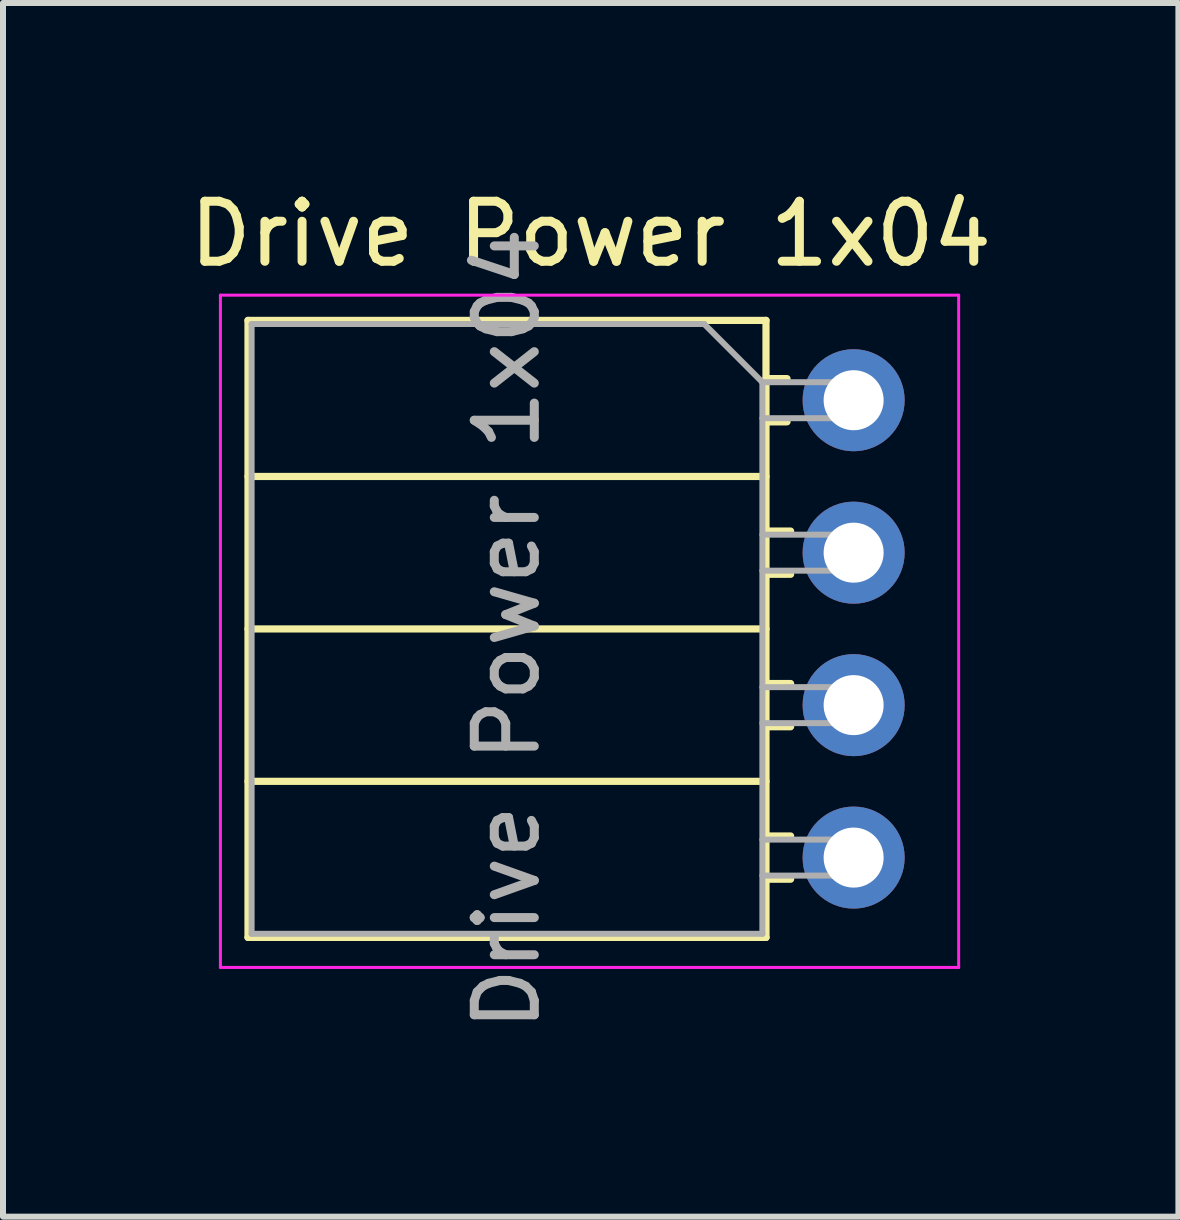
<source format=kicad_pcb>
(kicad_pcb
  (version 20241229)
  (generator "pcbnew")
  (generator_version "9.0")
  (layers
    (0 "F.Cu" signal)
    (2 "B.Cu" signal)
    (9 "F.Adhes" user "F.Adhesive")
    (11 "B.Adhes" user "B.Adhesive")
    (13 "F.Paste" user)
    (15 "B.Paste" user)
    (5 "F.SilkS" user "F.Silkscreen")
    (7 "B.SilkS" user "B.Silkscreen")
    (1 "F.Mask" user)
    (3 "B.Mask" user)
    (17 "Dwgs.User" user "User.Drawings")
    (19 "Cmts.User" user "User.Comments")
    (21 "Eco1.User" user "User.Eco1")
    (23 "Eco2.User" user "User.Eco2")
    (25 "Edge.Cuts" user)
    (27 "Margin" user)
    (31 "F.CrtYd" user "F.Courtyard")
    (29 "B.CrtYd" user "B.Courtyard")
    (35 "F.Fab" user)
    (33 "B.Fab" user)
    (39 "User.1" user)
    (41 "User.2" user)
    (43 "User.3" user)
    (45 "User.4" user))
  (footprint "Drive Power 1x04"
    (layer "F.Cu")
    (at 11.172 3.618)
    (property "Reference" "Drive Power 1x04" (at -4.38 -2.77 0) (layer "F.SilkS") (effects (font (size 1 1) (thickness 0.15))))
    (attr through_hole)
    (fp_line (start -10.09 -1.33) (end -10.09 8.95) (stroke (width 0.12) (type solid)) (layer "F.SilkS"))
    (fp_line (start -10.09 -1.33) (end -1.46 -1.33) (stroke (width 0.12) (type solid)) (layer "F.SilkS"))
    (fp_line (start -10.09 1.27) (end -1.46 1.27) (stroke (width 0.12) (type solid)) (layer "F.SilkS"))
    (fp_line (start -10.09 3.81) (end -1.46 3.81) (stroke (width 0.12) (type solid)) (layer "F.SilkS"))
    (fp_line (start -10.09 6.35) (end -1.46 6.35) (stroke (width 0.12) (type solid)) (layer "F.SilkS"))
    (fp_line (start -10.09 8.95) (end -1.46 8.95) (stroke (width 0.12) (type solid)) (layer "F.SilkS"))
    (fp_line (start -1.46 -1.33) (end -1.46 8.95) (stroke (width 0.12) (type solid)) (layer "F.SilkS"))
    (fp_line (start -1.46 -0.36) (end -1.11 -0.36) (stroke (width 0.12) (type solid)) (layer "F.SilkS"))
    (fp_line (start -1.46 0.36) (end -1.11 0.36) (stroke (width 0.12) (type solid)) (layer "F.SilkS"))
    (fp_line (start -1.46 2.18) (end -1.05 2.18) (stroke (width 0.12) (type solid)) (layer "F.SilkS"))
    (fp_line (start -1.46 2.9) (end -1.05 2.9) (stroke (width 0.12) (type solid)) (layer "F.SilkS"))
    (fp_line (start -1.46 4.72) (end -1.05 4.72) (stroke (width 0.12) (type solid)) (layer "F.SilkS"))
    (fp_line (start -1.46 5.44) (end -1.05 5.44) (stroke (width 0.12) (type solid)) (layer "F.SilkS"))
    (fp_line (start -1.46 7.26) (end -1.05 7.26) (stroke (width 0.12) (type solid)) (layer "F.SilkS"))
    (fp_line (start -1.46 7.98) (end -1.05 7.98) (stroke (width 0.12) (type solid)) (layer "F.SilkS"))
    (fp_line (start -10.55 -1.75) (end -10.55 9.45) (stroke (width 0.05) (type solid)) (layer "F.CrtYd"))
    (fp_line (start -10.55 9.45) (end 1.75 9.45) (stroke (width 0.05) (type solid)) (layer "F.CrtYd"))
    (fp_line (start 1.75 -1.75) (end -10.55 -1.75) (stroke (width 0.05) (type solid)) (layer "F.CrtYd"))
    (fp_line (start 1.75 9.45) (end 1.75 -1.75) (stroke (width 0.05) (type solid)) (layer "F.CrtYd"))
    (fp_line (start -10.03 -1.27) (end -2.49 -1.27) (stroke (width 0.1) (type solid)) (layer "F.Fab"))
    (fp_line (start -10.03 8.89) (end -10.03 -1.27) (stroke (width 0.1) (type solid)) (layer "F.Fab"))
    (fp_line (start -2.49 -1.27) (end -1.52 -0.3) (stroke (width 0.1) (type solid)) (layer "F.Fab"))
    (fp_line (start -1.52 -0.3) (end -1.52 8.89) (stroke (width 0.1) (type solid)) (layer "F.Fab"))
    (fp_line (start -1.52 0.3) (end 0 0.3) (stroke (width 0.1) (type solid)) (layer "F.Fab"))
    (fp_line (start -1.52 2.84) (end 0 2.84) (stroke (width 0.1) (type solid)) (layer "F.Fab"))
    (fp_line (start -1.52 5.38) (end 0 5.38) (stroke (width 0.1) (type solid)) (layer "F.Fab"))
    (fp_line (start -1.52 7.92) (end 0 7.92) (stroke (width 0.1) (type solid)) (layer "F.Fab"))
    (fp_line (start -1.52 8.89) (end -10.03 8.89) (stroke (width 0.1) (type solid)) (layer "F.Fab"))
    (fp_line (start 0 -0.3) (end -1.52 -0.3) (stroke (width 0.1) (type solid)) (layer "F.Fab"))
    (fp_line (start 0 0.3) (end 0 -0.3) (stroke (width 0.1) (type solid)) (layer "F.Fab"))
    (fp_line (start 0 2.24) (end -1.52 2.24) (stroke (width 0.1) (type solid)) (layer "F.Fab"))
    (fp_line (start 0 2.84) (end 0 2.24) (stroke (width 0.1) (type solid)) (layer "F.Fab"))
    (fp_line (start 0 4.78) (end -1.52 4.78) (stroke (width 0.1) (type solid)) (layer "F.Fab"))
    (fp_line (start 0 5.38) (end 0 4.78) (stroke (width 0.1) (type solid)) (layer "F.Fab"))
    (fp_line (start 0 7.32) (end -1.52 7.32) (stroke (width 0.1) (type solid)) (layer "F.Fab"))
    (fp_line (start 0 7.92) (end 0 7.32) (stroke (width 0.1) (type solid)) (layer "F.Fab"))
    (fp_text user "${REFERENCE}" (at -5.775 3.81 90) (layer "F.Fab") (effects (font (size 1 1) (thickness 0.15))))
    (pad "1" thru_hole circle (at 0 7.62) (size 1.7 1.7) (drill 1) (layers "*.Cu" "*.Mask"))
    (pad "2" thru_hole circle (at 0 5.08) (size 1.7 1.7) (drill 1) (layers "*.Cu" "*.Mask"))
    (pad "3" thru_hole circle (at 0 2.54) (size 1.7 1.7) (drill 1) (layers "*.Cu" "*.Mask"))
    (pad "4" thru_hole circle (at 0 0) (size 1.7 1.7) (drill 1) (layers "*.Cu" "*.Mask")))
  (gr_rect
    (start -3 -3)
    (end 16.583 17.22)
    (stroke (width 0.1) (type default))
    (fill no)
    (layer "Edge.Cuts")))
</source>
